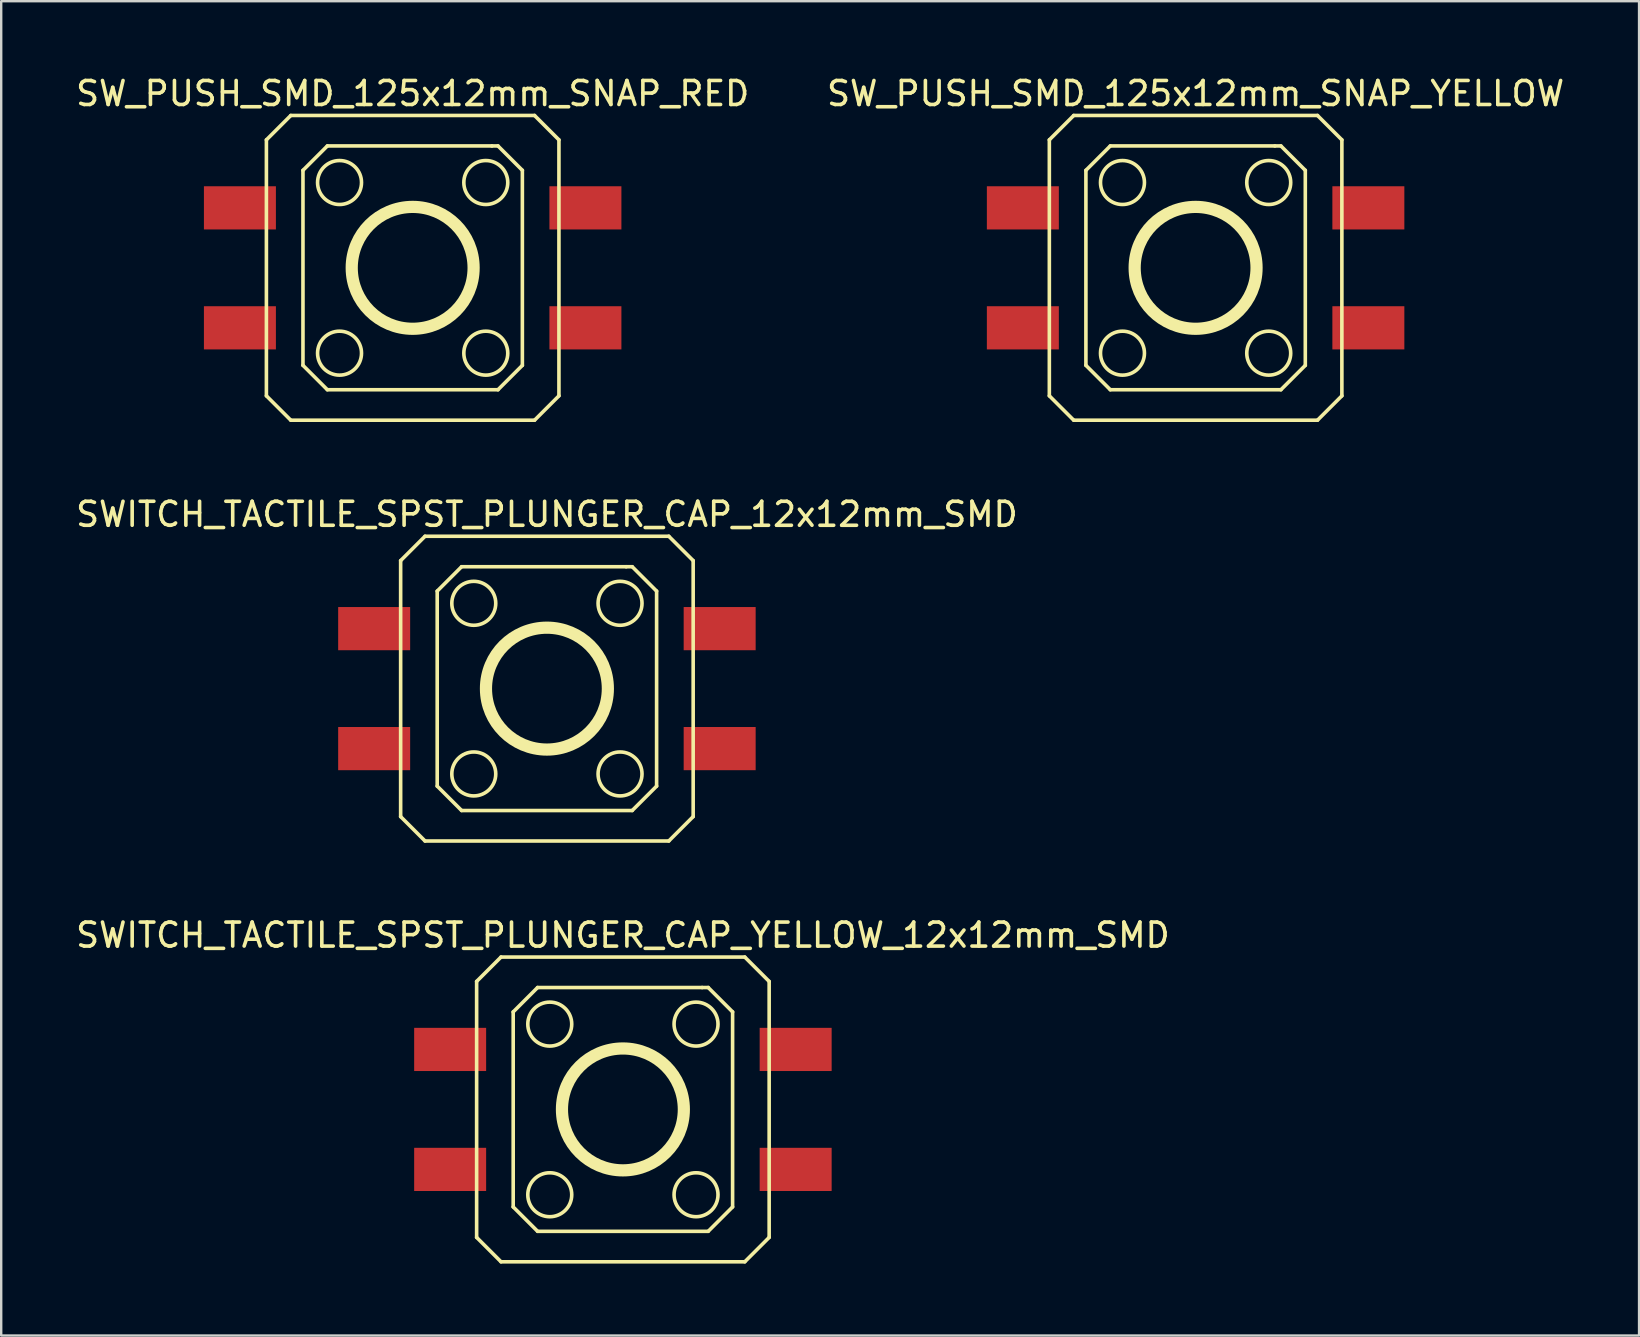
<source format=kicad_pcb>
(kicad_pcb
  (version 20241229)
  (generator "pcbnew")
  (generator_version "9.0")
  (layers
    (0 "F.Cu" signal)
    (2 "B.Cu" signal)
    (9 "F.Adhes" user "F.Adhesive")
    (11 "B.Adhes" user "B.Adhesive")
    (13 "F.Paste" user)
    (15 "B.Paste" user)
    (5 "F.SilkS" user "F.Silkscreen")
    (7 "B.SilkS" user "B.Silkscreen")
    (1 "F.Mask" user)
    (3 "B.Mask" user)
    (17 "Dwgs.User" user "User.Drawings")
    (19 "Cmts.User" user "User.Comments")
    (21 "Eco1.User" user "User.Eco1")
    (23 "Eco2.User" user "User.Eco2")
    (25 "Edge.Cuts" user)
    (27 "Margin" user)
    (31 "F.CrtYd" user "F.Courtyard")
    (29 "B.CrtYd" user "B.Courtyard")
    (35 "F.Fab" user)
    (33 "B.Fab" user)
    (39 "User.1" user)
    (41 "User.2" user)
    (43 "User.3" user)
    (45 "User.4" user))
  (footprint "SW_PUSH_SMD_125x12mm_SNAP_YELLOW"
    (layer "F.Cu")
    (at 46.78 8.113)
    (property "Reference" "SW_PUSH_SMD_125x12mm_SNAP_YELLOW" (at 0 -7.264 0) (layer "F.SilkS") (effects (font (size 1 1) (thickness 0.15))))
    (attr smd)
    (fp_line (start -6.096 -5.334) (end -6.096 5.334) (stroke (width 0.15) (type solid)) (layer "F.SilkS"))
    (fp_line (start -6.096 -5.334) (end -5.08 -6.35) (stroke (width 0.15) (type solid)) (layer "F.SilkS"))
    (fp_line (start -5.08 -6.35) (end 5.08 -6.35) (stroke (width 0.15) (type solid)) (layer "F.SilkS"))
    (fp_line (start -5.08 6.35) (end -6.096 5.334) (stroke (width 0.15) (type solid)) (layer "F.SilkS"))
    (fp_line (start -5.08 6.35) (end 5.08 6.35) (stroke (width 0.15) (type solid)) (layer "F.SilkS"))
    (fp_line (start -4.572 -4.064) (end -4.572 4.064) (stroke (width 0.15) (type solid)) (layer "F.SilkS"))
    (fp_line (start -4.572 -4.064) (end -3.556 -5.08) (stroke (width 0.15) (type solid)) (layer "F.SilkS"))
    (fp_line (start -4.572 4.064) (end -3.556 5.08) (stroke (width 0.15) (type solid)) (layer "F.SilkS"))
    (fp_line (start -3.556 -5.08) (end 3.302 -5.08) (stroke (width 0.15) (type solid)) (layer "F.SilkS"))
    (fp_line (start 3.302 -5.08) (end 3.556 -5.08) (stroke (width 0.15) (type solid)) (layer "F.SilkS"))
    (fp_line (start 3.556 -5.08) (end 4.572 -4.064) (stroke (width 0.15) (type solid)) (layer "F.SilkS"))
    (fp_line (start 3.556 5.08) (end -3.556 5.08) (stroke (width 0.15) (type solid)) (layer "F.SilkS"))
    (fp_line (start 4.572 4.064) (end 3.556 5.08) (stroke (width 0.15) (type solid)) (layer "F.SilkS"))
    (fp_line (start 4.572 4.064) (end 4.572 -4.064) (stroke (width 0.15) (type solid)) (layer "F.SilkS"))
    (fp_line (start 5.08 6.35) (end 6.096 5.334) (stroke (width 0.15) (type solid)) (layer "F.SilkS"))
    (fp_line (start 6.096 -5.334) (end 5.08 -6.35) (stroke (width 0.15) (type solid)) (layer "F.SilkS"))
    (fp_line (start 6.096 5.334) (end 6.096 -5.334) (stroke (width 0.15) (type solid)) (layer "F.SilkS"))
    (fp_circle (center -3.048 -3.556) (end -2.54 -2.794) (stroke (width 0.15) (type solid)) (fill no) (layer "F.SilkS"))
    (fp_circle (center -3.048 3.556) (end -2.286 3.048) (stroke (width 0.15) (type solid)) (fill no) (layer "F.SilkS"))
    (fp_circle (center 0 0) (end 2.54 0) (stroke (width 0.508) (type solid)) (fill no) (layer "F.SilkS"))
    (fp_circle (center 3.048 -3.556) (end 2.286 -3.048) (stroke (width 0.15) (type solid)) (fill no) (layer "F.SilkS"))
    (fp_circle (center 3.048 3.556) (end 2.286 3.048) (stroke (width 0.15) (type solid)) (fill no) (layer "F.SilkS"))
    (pad "1" smd rect (at -7.2 2.5) (size 3 1.8) (layers "F.Cu" "F.Mask" "F.Paste"))
    (pad "2" smd rect (at 7.2 2.5) (size 3 1.8) (layers "F.Cu" "F.Mask" "F.Paste"))
    (pad "3" smd rect (at -7.2 -2.5) (size 3 1.8) (layers "F.Cu" "F.Mask" "F.Paste"))
    (pad "4" smd rect (at 7.2 -2.5) (size 3 1.8) (layers "F.Cu" "F.Mask" "F.Paste")))
  (footprint "SWITCH_TACTILE_SPST_PLUNGER_CAP_12x12mm_SMD"
    (layer "F.Cu")
    (at 19.744 25.65)
    (property "Reference" "SWITCH_TACTILE_SPST_PLUNGER_CAP_12x12mm_SMD" (at 0 -7.264 0) (layer "F.SilkS") (effects (font (size 1 1) (thickness 0.15))))
    (attr smd)
    (fp_line (start -6.096 -5.334) (end -6.096 5.334) (stroke (width 0.15) (type solid)) (layer "F.SilkS"))
    (fp_line (start -6.096 -5.334) (end -5.08 -6.35) (stroke (width 0.15) (type solid)) (layer "F.SilkS"))
    (fp_line (start -5.08 -6.35) (end 5.08 -6.35) (stroke (width 0.15) (type solid)) (layer "F.SilkS"))
    (fp_line (start -5.08 6.35) (end -6.096 5.334) (stroke (width 0.15) (type solid)) (layer "F.SilkS"))
    (fp_line (start -5.08 6.35) (end 5.08 6.35) (stroke (width 0.15) (type solid)) (layer "F.SilkS"))
    (fp_line (start -4.572 -4.064) (end -4.572 4.064) (stroke (width 0.15) (type solid)) (layer "F.SilkS"))
    (fp_line (start -4.572 -4.064) (end -3.556 -5.08) (stroke (width 0.15) (type solid)) (layer "F.SilkS"))
    (fp_line (start -4.572 4.064) (end -3.556 5.08) (stroke (width 0.15) (type solid)) (layer "F.SilkS"))
    (fp_line (start -3.556 -5.08) (end 3.302 -5.08) (stroke (width 0.15) (type solid)) (layer "F.SilkS"))
    (fp_line (start 3.302 -5.08) (end 3.556 -5.08) (stroke (width 0.15) (type solid)) (layer "F.SilkS"))
    (fp_line (start 3.556 -5.08) (end 4.572 -4.064) (stroke (width 0.15) (type solid)) (layer "F.SilkS"))
    (fp_line (start 3.556 5.08) (end -3.556 5.08) (stroke (width 0.15) (type solid)) (layer "F.SilkS"))
    (fp_line (start 4.572 4.064) (end 3.556 5.08) (stroke (width 0.15) (type solid)) (layer "F.SilkS"))
    (fp_line (start 4.572 4.064) (end 4.572 -4.064) (stroke (width 0.15) (type solid)) (layer "F.SilkS"))
    (fp_line (start 5.08 6.35) (end 6.096 5.334) (stroke (width 0.15) (type solid)) (layer "F.SilkS"))
    (fp_line (start 6.096 -5.334) (end 5.08 -6.35) (stroke (width 0.15) (type solid)) (layer "F.SilkS"))
    (fp_line (start 6.096 5.334) (end 6.096 -5.334) (stroke (width 0.15) (type solid)) (layer "F.SilkS"))
    (fp_circle (center -3.048 -3.556) (end -2.54 -2.794) (stroke (width 0.15) (type solid)) (fill no) (layer "F.SilkS"))
    (fp_circle (center -3.048 3.556) (end -2.286 3.048) (stroke (width 0.15) (type solid)) (fill no) (layer "F.SilkS"))
    (fp_circle (center 0 0) (end 2.54 0) (stroke (width 0.508) (type solid)) (fill no) (layer "F.SilkS"))
    (fp_circle (center 3.048 -3.556) (end 2.286 -3.048) (stroke (width 0.15) (type solid)) (fill no) (layer "F.SilkS"))
    (fp_circle (center 3.048 3.556) (end 2.286 3.048) (stroke (width 0.15) (type solid)) (fill no) (layer "F.SilkS"))
    (pad "1" smd rect (at -7.2 2.5) (size 3 1.8) (layers "F.Cu" "F.Mask" "F.Paste"))
    (pad "2" smd rect (at 7.2 2.5) (size 3 1.8) (layers "F.Cu" "F.Mask" "F.Paste"))
    (pad "3" smd rect (at -7.2 -2.5) (size 3 1.8) (layers "F.Cu" "F.Mask" "F.Paste"))
    (pad "4" smd rect (at 7.2 -2.5) (size 3 1.8) (layers "F.Cu" "F.Mask" "F.Paste")))
  (footprint "SWITCH_TACTILE_SPST_PLUNGER_CAP_YELLOW_12x12mm_SMD"
    (layer "F.Cu")
    (at 22.911 43.188)
    (property "Reference" "SWITCH_TACTILE_SPST_PLUNGER_CAP_YELLOW_12x12mm_SMD" (at 0 -7.264 0) (layer "F.SilkS") (effects (font (size 1 1) (thickness 0.15))))
    (attr smd)
    (fp_line (start -6.096 -5.334) (end -6.096 5.334) (stroke (width 0.15) (type solid)) (layer "F.SilkS"))
    (fp_line (start -6.096 -5.334) (end -5.08 -6.35) (stroke (width 0.15) (type solid)) (layer "F.SilkS"))
    (fp_line (start -5.08 -6.35) (end 5.08 -6.35) (stroke (width 0.15) (type solid)) (layer "F.SilkS"))
    (fp_line (start -5.08 6.35) (end -6.096 5.334) (stroke (width 0.15) (type solid)) (layer "F.SilkS"))
    (fp_line (start -5.08 6.35) (end 5.08 6.35) (stroke (width 0.15) (type solid)) (layer "F.SilkS"))
    (fp_line (start -4.572 -4.064) (end -4.572 4.064) (stroke (width 0.15) (type solid)) (layer "F.SilkS"))
    (fp_line (start -4.572 -4.064) (end -3.556 -5.08) (stroke (width 0.15) (type solid)) (layer "F.SilkS"))
    (fp_line (start -4.572 4.064) (end -3.556 5.08) (stroke (width 0.15) (type solid)) (layer "F.SilkS"))
    (fp_line (start -3.556 -5.08) (end 3.302 -5.08) (stroke (width 0.15) (type solid)) (layer "F.SilkS"))
    (fp_line (start 3.302 -5.08) (end 3.556 -5.08) (stroke (width 0.15) (type solid)) (layer "F.SilkS"))
    (fp_line (start 3.556 -5.08) (end 4.572 -4.064) (stroke (width 0.15) (type solid)) (layer "F.SilkS"))
    (fp_line (start 3.556 5.08) (end -3.556 5.08) (stroke (width 0.15) (type solid)) (layer "F.SilkS"))
    (fp_line (start 4.572 4.064) (end 3.556 5.08) (stroke (width 0.15) (type solid)) (layer "F.SilkS"))
    (fp_line (start 4.572 4.064) (end 4.572 -4.064) (stroke (width 0.15) (type solid)) (layer "F.SilkS"))
    (fp_line (start 5.08 6.35) (end 6.096 5.334) (stroke (width 0.15) (type solid)) (layer "F.SilkS"))
    (fp_line (start 6.096 -5.334) (end 5.08 -6.35) (stroke (width 0.15) (type solid)) (layer "F.SilkS"))
    (fp_line (start 6.096 5.334) (end 6.096 -5.334) (stroke (width 0.15) (type solid)) (layer "F.SilkS"))
    (fp_circle (center -3.048 -3.556) (end -2.54 -2.794) (stroke (width 0.15) (type solid)) (fill no) (layer "F.SilkS"))
    (fp_circle (center -3.048 3.556) (end -2.286 3.048) (stroke (width 0.15) (type solid)) (fill no) (layer "F.SilkS"))
    (fp_circle (center 0 0) (end 2.54 0) (stroke (width 0.508) (type solid)) (fill no) (layer "F.SilkS"))
    (fp_circle (center 3.048 -3.556) (end 2.286 -3.048) (stroke (width 0.15) (type solid)) (fill no) (layer "F.SilkS"))
    (fp_circle (center 3.048 3.556) (end 2.286 3.048) (stroke (width 0.15) (type solid)) (fill no) (layer "F.SilkS"))
    (pad "1" smd rect (at -7.2 2.5) (size 3 1.8) (layers "F.Cu" "F.Mask" "F.Paste"))
    (pad "2" smd rect (at 7.2 2.5) (size 3 1.8) (layers "F.Cu" "F.Mask" "F.Paste"))
    (pad "3" smd rect (at -7.2 -2.5) (size 3 1.8) (layers "F.Cu" "F.Mask" "F.Paste"))
    (pad "4" smd rect (at 7.2 -2.5) (size 3 1.8) (layers "F.Cu" "F.Mask" "F.Paste")))
  (footprint "SW_PUSH_SMD_125x12mm_SNAP_RED"
    (layer "F.Cu")
    (at 14.149 8.113)
    (property "Reference" "SW_PUSH_SMD_125x12mm_SNAP_RED" (at 0 -7.264 0) (layer "F.SilkS") (effects (font (size 1 1) (thickness 0.15))))
    (attr smd)
    (fp_line (start -6.096 -5.334) (end -6.096 5.334) (stroke (width 0.15) (type solid)) (layer "F.SilkS"))
    (fp_line (start -6.096 -5.334) (end -5.08 -6.35) (stroke (width 0.15) (type solid)) (layer "F.SilkS"))
    (fp_line (start -5.08 -6.35) (end 5.08 -6.35) (stroke (width 0.15) (type solid)) (layer "F.SilkS"))
    (fp_line (start -5.08 6.35) (end -6.096 5.334) (stroke (width 0.15) (type solid)) (layer "F.SilkS"))
    (fp_line (start -5.08 6.35) (end 5.08 6.35) (stroke (width 0.15) (type solid)) (layer "F.SilkS"))
    (fp_line (start -4.572 -4.064) (end -4.572 4.064) (stroke (width 0.15) (type solid)) (layer "F.SilkS"))
    (fp_line (start -4.572 -4.064) (end -3.556 -5.08) (stroke (width 0.15) (type solid)) (layer "F.SilkS"))
    (fp_line (start -4.572 4.064) (end -3.556 5.08) (stroke (width 0.15) (type solid)) (layer "F.SilkS"))
    (fp_line (start -3.556 -5.08) (end 3.302 -5.08) (stroke (width 0.15) (type solid)) (layer "F.SilkS"))
    (fp_line (start 3.302 -5.08) (end 3.556 -5.08) (stroke (width 0.15) (type solid)) (layer "F.SilkS"))
    (fp_line (start 3.556 -5.08) (end 4.572 -4.064) (stroke (width 0.15) (type solid)) (layer "F.SilkS"))
    (fp_line (start 3.556 5.08) (end -3.556 5.08) (stroke (width 0.15) (type solid)) (layer "F.SilkS"))
    (fp_line (start 4.572 4.064) (end 3.556 5.08) (stroke (width 0.15) (type solid)) (layer "F.SilkS"))
    (fp_line (start 4.572 4.064) (end 4.572 -4.064) (stroke (width 0.15) (type solid)) (layer "F.SilkS"))
    (fp_line (start 5.08 6.35) (end 6.096 5.334) (stroke (width 0.15) (type solid)) (layer "F.SilkS"))
    (fp_line (start 6.096 -5.334) (end 5.08 -6.35) (stroke (width 0.15) (type solid)) (layer "F.SilkS"))
    (fp_line (start 6.096 5.334) (end 6.096 -5.334) (stroke (width 0.15) (type solid)) (layer "F.SilkS"))
    (fp_circle (center -3.048 -3.556) (end -2.54 -2.794) (stroke (width 0.15) (type solid)) (fill no) (layer "F.SilkS"))
    (fp_circle (center -3.048 3.556) (end -2.286 3.048) (stroke (width 0.15) (type solid)) (fill no) (layer "F.SilkS"))
    (fp_circle (center 0 0) (end 2.54 0) (stroke (width 0.508) (type solid)) (fill no) (layer "F.SilkS"))
    (fp_circle (center 3.048 -3.556) (end 2.286 -3.048) (stroke (width 0.15) (type solid)) (fill no) (layer "F.SilkS"))
    (fp_circle (center 3.048 3.556) (end 2.286 3.048) (stroke (width 0.15) (type solid)) (fill no) (layer "F.SilkS"))
    (pad "1" smd rect (at -7.2 2.5) (size 3 1.8) (layers "F.Cu" "F.Mask" "F.Paste"))
    (pad "2" smd rect (at 7.2 2.5) (size 3 1.8) (layers "F.Cu" "F.Mask" "F.Paste"))
    (pad "3" smd rect (at -7.2 -2.5) (size 3 1.8) (layers "F.Cu" "F.Mask" "F.Paste"))
    (pad "4" smd rect (at 7.2 -2.5) (size 3 1.8) (layers "F.Cu" "F.Mask" "F.Paste")))
  (gr_rect
    (start -3 -3)
    (end 65.262 52.613)
    (stroke (width 0.1) (type default))
    (fill no)
    (layer "Edge.Cuts")))
</source>
